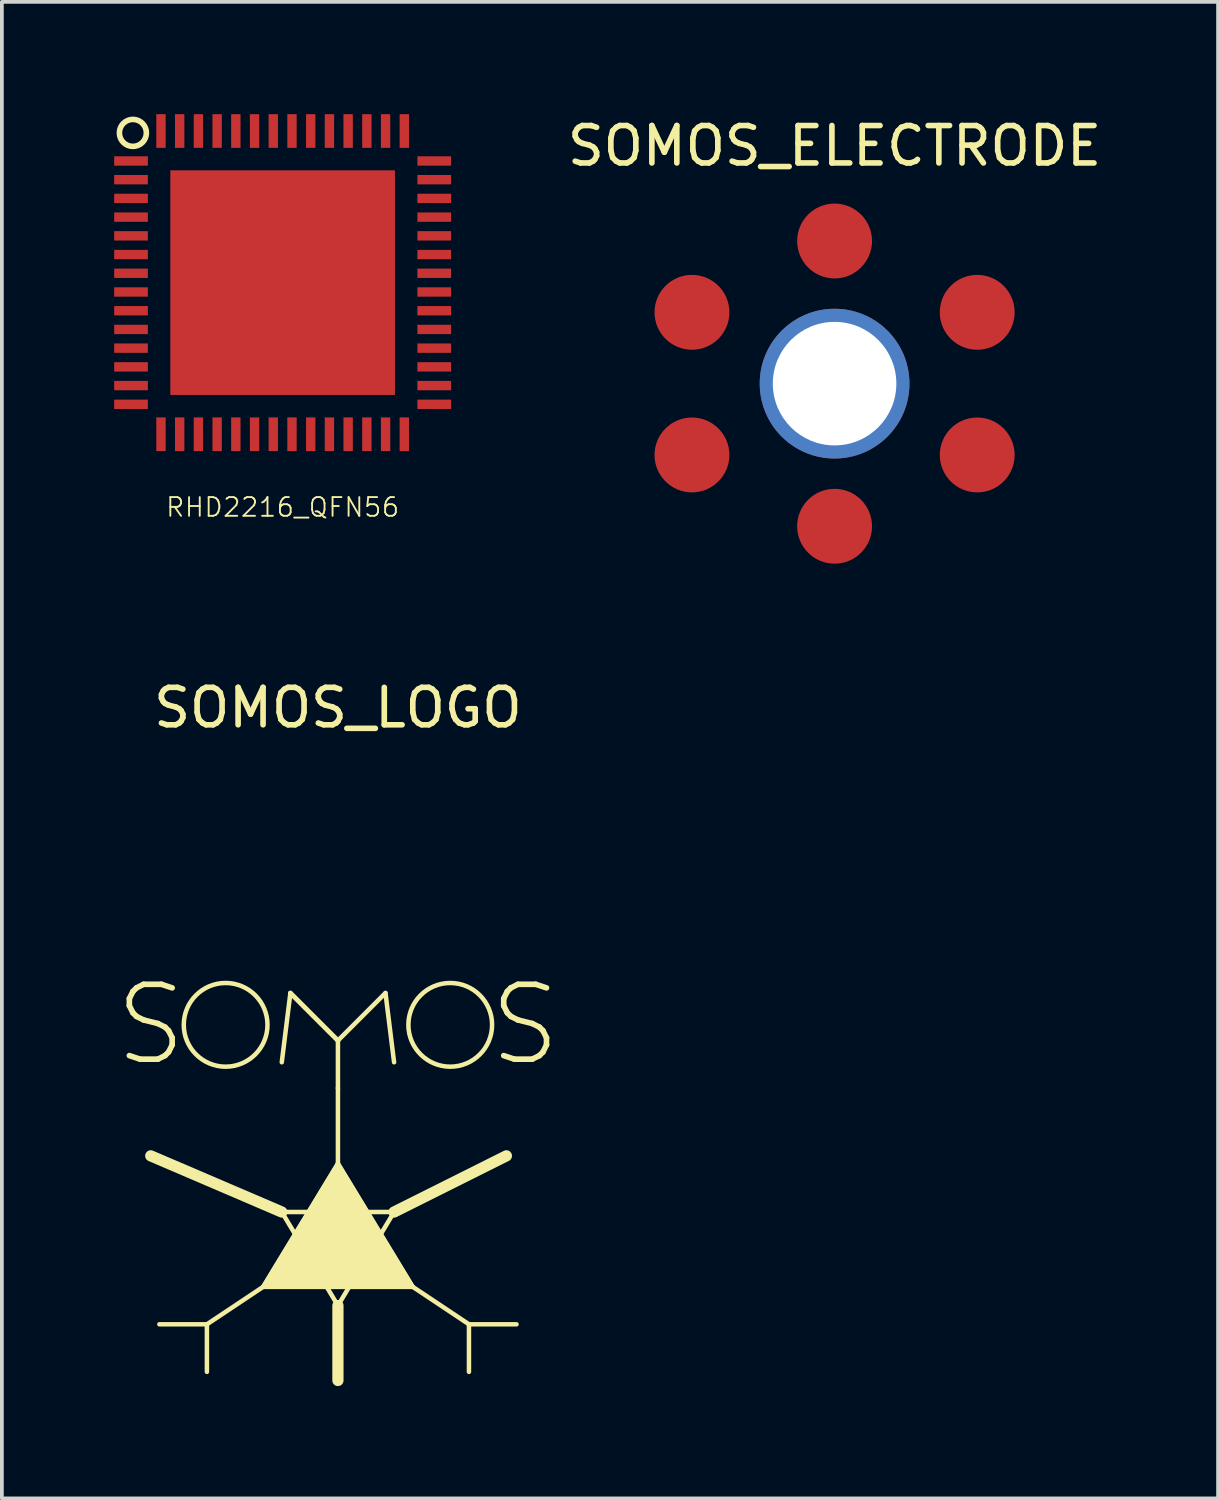
<source format=kicad_pcb>
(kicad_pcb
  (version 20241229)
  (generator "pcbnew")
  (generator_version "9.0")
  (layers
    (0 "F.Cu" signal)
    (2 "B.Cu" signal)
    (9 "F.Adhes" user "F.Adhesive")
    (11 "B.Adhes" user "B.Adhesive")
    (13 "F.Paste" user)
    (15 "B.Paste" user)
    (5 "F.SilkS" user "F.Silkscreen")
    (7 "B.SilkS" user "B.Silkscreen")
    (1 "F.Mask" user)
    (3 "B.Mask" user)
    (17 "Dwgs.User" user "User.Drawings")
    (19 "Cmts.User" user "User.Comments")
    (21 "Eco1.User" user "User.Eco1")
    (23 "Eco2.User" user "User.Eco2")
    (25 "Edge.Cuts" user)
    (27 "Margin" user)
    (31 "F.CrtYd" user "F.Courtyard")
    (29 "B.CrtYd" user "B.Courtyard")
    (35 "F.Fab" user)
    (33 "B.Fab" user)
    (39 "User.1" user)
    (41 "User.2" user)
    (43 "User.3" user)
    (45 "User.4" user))
  (footprint "SOMOS_LOGO"
    (layer "F.Cu")
    (at 5.977 29.826)
    (property "Reference" "SOMOS_LOGO" (at 0 -13.97 0) (layer "F.SilkS") (effects (font (size 1 1) (thickness 0.15))))
    (attr through_hole)
    (fp_line (start -4.77 2.5) (end -3.5 2.5) (stroke (width 0.12) (type solid)) (layer "F.SilkS"))
    (fp_line (start -3.5 2.5) (end -3.5 3.77) (stroke (width 0.12) (type solid)) (layer "F.SilkS"))
    (fp_line (start -2 1.5) (end -3.5 2.5) (stroke (width 0.12) (type solid)) (layer "F.SilkS"))
    (fp_line (start -2 1.5) (end 2 1.5) (stroke (width 0.12) (type solid)) (layer "F.SilkS"))
    (fp_line (start -1.5 -0.5) (end -5 -2) (stroke (width 0.3) (type solid)) (layer "F.SilkS"))
    (fp_line (start -1.5 -0.5) (end 1.5 -0.5) (stroke (width 0.12) (type solid)) (layer "F.SilkS"))
    (fp_line (start -1.27 -6.35) (end -1.5 -4.5) (stroke (width 0.12) (type solid)) (layer "F.SilkS"))
    (fp_line (start -1.27 -6.35) (end 0 -5.08) (stroke (width 0.12) (type solid)) (layer "F.SilkS"))
    (fp_line (start 0 -5.08) (end -1.27 -6.35) (stroke (width 0.12) (type solid)) (layer "F.SilkS"))
    (fp_line (start 0 -5.08) (end 1.27 -6.35) (stroke (width 0.12) (type solid)) (layer "F.SilkS"))
    (fp_line (start 0 -3.81) (end 0 -5.08) (stroke (width 0.12) (type solid)) (layer "F.SilkS"))
    (fp_line (start 0 -1.796) (end -2 1.5) (stroke (width 0.12) (type solid)) (layer "F.SilkS"))
    (fp_line (start 0 -1.796) (end 0 -3.81) (stroke (width 0.12) (type solid)) (layer "F.SilkS"))
    (fp_line (start 0 2) (end -1.5 -0.5) (stroke (width 0.12) (type solid)) (layer "F.SilkS"))
    (fp_line (start 0 2) (end 0 4) (stroke (width 0.3) (type solid)) (layer "F.SilkS"))
    (fp_line (start 1.27 -6.35) (end 1.5 -4.5) (stroke (width 0.12) (type solid)) (layer "F.SilkS"))
    (fp_line (start 1.5 -0.5) (end 0 2) (stroke (width 0.12) (type solid)) (layer "F.SilkS"))
    (fp_line (start 1.5 -0.5) (end 4.5 -2) (stroke (width 0.3) (type solid)) (layer "F.SilkS"))
    (fp_line (start 2 1.5) (end 0 -1.796) (stroke (width 0.12) (type solid)) (layer "F.SilkS"))
    (fp_line (start 2 1.5) (end 3.5 2.5) (stroke (width 0.12) (type solid)) (layer "F.SilkS"))
    (fp_line (start 3.5 2.5) (end 3.5 3.77) (stroke (width 0.12) (type solid)) (layer "F.SilkS"))
    (fp_line (start 3.5 2.5) (end 4.77 2.5) (stroke (width 0.12) (type solid)) (layer "F.SilkS"))
    (fp_circle (center -3 -5.5) (end -2 -6) (stroke (width 0.12) (type solid)) (fill no) (layer "F.SilkS"))
    (fp_circle (center 3 -5.5) (end 4 -6) (stroke (width 0.12) (type solid)) (fill no) (layer "F.SilkS"))
    (fp_poly (pts (xy 2 1.5) (xy -2 1.5) (xy 0 -1.796)) (stroke (width 0.1) (type solid)) (fill yes) (layer "F.SilkS"))
    (fp_text user "S" (at -5 -5.5 0) (layer "F.SilkS") (effects (font (size 2 2) (thickness 0.15))))
    (fp_text user "S" (at 5 -5.5 0) (layer "F.SilkS") (effects (font (size 2 2) (thickness 0.15)))))
  (footprint "RHD2216_QFN56"
    (layer "F.Cu")
    (at 4.5 4.5)
    (property "Reference" "RHD2216_QFN56" (at 0 6 0) (layer "F.SilkS") (effects (font (size 0.5 0.5) (thickness 0.05))))
    (attr through_hole)
    (fp_circle (center -4 -4) (end -3.7 -4.2) (stroke (width 0.15) (type solid)) (fill no) (layer "F.SilkS"))
    (pad "1" smd rect (at -4.05 -3.25) (size 0.9 0.25) (layers "F.Cu" "F.Mask" "F.Paste"))
    (pad "2" smd rect (at -4.05 -2.75) (size 0.9 0.25) (layers "F.Cu" "F.Mask" "F.Paste"))
    (pad "3" smd rect (at -4.05 -2.25) (size 0.9 0.25) (layers "F.Cu" "F.Mask" "F.Paste"))
    (pad "4" smd rect (at -4.05 -1.75) (size 0.9 0.25) (layers "F.Cu" "F.Mask" "F.Paste"))
    (pad "5" smd rect (at -4.05 -1.25) (size 0.9 0.25) (layers "F.Cu" "F.Mask" "F.Paste"))
    (pad "6" smd rect (at -4.05 -0.75) (size 0.9 0.25) (layers "F.Cu" "F.Mask" "F.Paste"))
    (pad "7" smd rect (at -4.05 -0.25) (size 0.9 0.25) (layers "F.Cu" "F.Mask" "F.Paste"))
    (pad "8" smd rect (at -4.05 0.25) (size 0.9 0.25) (layers "F.Cu" "F.Mask" "F.Paste"))
    (pad "9" smd rect (at -4.05 0.75) (size 0.9 0.25) (layers "F.Cu" "F.Mask" "F.Paste"))
    (pad "10" smd rect (at -4.05 1.25) (size 0.9 0.25) (layers "F.Cu" "F.Mask" "F.Paste"))
    (pad "11" smd rect (at -4.05 1.75) (size 0.9 0.25) (layers "F.Cu" "F.Mask" "F.Paste"))
    (pad "12" smd rect (at -4.05 2.25) (size 0.9 0.25) (layers "F.Cu" "F.Mask" "F.Paste"))
    (pad "13" smd rect (at -4.05 2.75) (size 0.9 0.25) (layers "F.Cu" "F.Mask" "F.Paste"))
    (pad "14" smd rect (at -4.05 3.25) (size 0.9 0.25) (layers "F.Cu" "F.Mask" "F.Paste"))
    (pad "15" smd rect (at -3.25 4.05) (size 0.25 0.9) (layers "F.Cu" "F.Mask" "F.Paste"))
    (pad "16" smd rect (at -2.75 4.05) (size 0.25 0.9) (layers "F.Cu" "F.Mask" "F.Paste"))
    (pad "17" smd rect (at -2.25 4.05) (size 0.25 0.9) (layers "F.Cu" "F.Mask" "F.Paste"))
    (pad "18" smd rect (at -1.75 4.05) (size 0.25 0.9) (layers "F.Cu" "F.Mask" "F.Paste"))
    (pad "19" smd rect (at -1.25 4.05) (size 0.25 0.9) (layers "F.Cu" "F.Mask" "F.Paste"))
    (pad "20" smd rect (at -0.75 4.05) (size 0.25 0.9) (layers "F.Cu" "F.Mask" "F.Paste"))
    (pad "21" smd rect (at -0.25 4.05) (size 0.25 0.9) (layers "F.Cu" "F.Mask" "F.Paste"))
    (pad "22" smd rect (at 0.25 4.05) (size 0.25 0.9) (layers "F.Cu" "F.Mask" "F.Paste"))
    (pad "23" smd rect (at 0.75 4.05) (size 0.25 0.9) (layers "F.Cu" "F.Mask" "F.Paste"))
    (pad "24" smd rect (at 1.25 4.05) (size 0.25 0.9) (layers "F.Cu" "F.Mask" "F.Paste"))
    (pad "25" smd rect (at 1.75 4.05) (size 0.25 0.9) (layers "F.Cu" "F.Mask" "F.Paste"))
    (pad "26" smd rect (at 2.25 4.05) (size 0.25 0.9) (layers "F.Cu" "F.Mask" "F.Paste"))
    (pad "27" smd rect (at 2.75 4.05) (size 0.25 0.9) (layers "F.Cu" "F.Mask" "F.Paste"))
    (pad "28" smd rect (at 3.25 4.05) (size 0.25 0.9) (layers "F.Cu" "F.Mask" "F.Paste"))
    (pad "29" smd rect (at 4.05 3.25) (size 0.9 0.25) (layers "F.Cu" "F.Mask" "F.Paste"))
    (pad "30" smd rect (at 4.05 2.75) (size 0.9 0.25) (layers "F.Cu" "F.Mask" "F.Paste"))
    (pad "31" smd rect (at 4.05 2.25) (size 0.9 0.25) (layers "F.Cu" "F.Mask" "F.Paste"))
    (pad "32" smd rect (at 4.05 1.75) (size 0.9 0.25) (layers "F.Cu" "F.Mask" "F.Paste"))
    (pad "33" smd rect (at 4.05 1.25) (size 0.9 0.25) (layers "F.Cu" "F.Mask" "F.Paste"))
    (pad "34" smd rect (at 4.05 0.75) (size 0.9 0.25) (layers "F.Cu" "F.Mask" "F.Paste"))
    (pad "35" smd rect (at 4.05 0.25) (size 0.9 0.25) (layers "F.Cu" "F.Mask" "F.Paste"))
    (pad "36" smd rect (at 4.05 -0.25) (size 0.9 0.25) (layers "F.Cu" "F.Mask" "F.Paste"))
    (pad "37" smd rect (at 4.05 -0.75) (size 0.9 0.25) (layers "F.Cu" "F.Mask" "F.Paste"))
    (pad "38" smd rect (at 4.05 -1.25) (size 0.9 0.25) (layers "F.Cu" "F.Mask" "F.Paste"))
    (pad "39" smd rect (at 4.05 -1.75) (size 0.9 0.25) (layers "F.Cu" "F.Mask" "F.Paste"))
    (pad "40" smd rect (at 4.05 -2.25) (size 0.9 0.25) (layers "F.Cu" "F.Mask" "F.Paste"))
    (pad "41" smd rect (at 4.05 -2.75) (size 0.9 0.25) (layers "F.Cu" "F.Mask" "F.Paste"))
    (pad "42" smd rect (at 4.05 -3.25) (size 0.9 0.25) (layers "F.Cu" "F.Mask" "F.Paste"))
    (pad "43" smd rect (at 3.25 -4.05) (size 0.25 0.9) (layers "F.Cu" "F.Mask" "F.Paste"))
    (pad "44" smd rect (at 2.75 -4.05) (size 0.25 0.9) (layers "F.Cu" "F.Mask" "F.Paste"))
    (pad "45" smd rect (at 2.25 -4.05) (size 0.25 0.9) (layers "F.Cu" "F.Mask" "F.Paste"))
    (pad "46" smd rect (at 1.75 -4.05) (size 0.25 0.9) (layers "F.Cu" "F.Mask" "F.Paste"))
    (pad "47" smd rect (at 1.25 -4.05) (size 0.25 0.9) (layers "F.Cu" "F.Mask" "F.Paste"))
    (pad "48" smd rect (at 0.75 -4.05) (size 0.25 0.9) (layers "F.Cu" "F.Mask" "F.Paste"))
    (pad "49" smd rect (at 0.25 -4.05) (size 0.25 0.9) (layers "F.Cu" "F.Mask" "F.Paste"))
    (pad "50" smd rect (at -0.25 -4.05) (size 0.25 0.9) (layers "F.Cu" "F.Mask" "F.Paste"))
    (pad "51" smd rect (at -0.75 -4.05) (size 0.25 0.9) (layers "F.Cu" "F.Mask" "F.Paste"))
    (pad "52" smd rect (at -1.25 -4.05) (size 0.25 0.9) (layers "F.Cu" "F.Mask" "F.Paste"))
    (pad "53" smd rect (at -1.75 -4.05) (size 0.25 0.9) (layers "F.Cu" "F.Mask" "F.Paste"))
    (pad "54" smd rect (at -2.25 -4.05) (size 0.25 0.9) (layers "F.Cu" "F.Mask" "F.Paste"))
    (pad "55" smd rect (at -2.75 -4.05) (size 0.25 0.9) (layers "F.Cu" "F.Mask" "F.Paste"))
    (pad "56" smd rect (at -3.25 -4.05) (size 0.25 0.9) (layers "F.Cu" "F.Mask" "F.Paste"))
    (pad "57" smd rect (at 0 0) (size 6 6) (layers "F.Cu" "F.Mask" "F.Paste")))
  (footprint "SOMOS_ELECTRODE"
    (layer "F.Cu")
    (at 19.244 7.198)
    (property "Reference" "SOMOS_ELECTRODE" (at 0 -6.35 0) (layer "F.SilkS") (effects (font (size 1 1) (thickness 0.15))))
    (attr through_hole)
    (pad "1" smd circle (at -3.81 -1.905) (size 2 2) (layers "F.Cu" "F.Mask" "F.Paste"))
    (pad "1" smd circle (at -3.81 1.905) (size 2 2) (layers "F.Cu" "F.Mask" "F.Paste"))
    (pad "1" smd circle (at 0 -3.81) (size 2 2) (layers "F.Cu" "F.Mask" "F.Paste"))
    (pad "1" thru_hole circle (at 0 0) (size 4 4) (drill 3.3) (layers "*.Cu" "*.Mask"))
    (pad "1" smd circle (at 0 3.81) (size 2 2) (layers "F.Cu" "F.Mask" "F.Paste"))
    (pad "1" smd circle (at 3.81 -1.905) (size 2 2) (layers "F.Cu" "F.Mask" "F.Paste"))
    (pad "1" smd circle (at 3.81 1.905) (size 2 2) (layers "F.Cu" "F.Mask" "F.Paste")))
  (gr_rect
    (start -3 -3)
    (end 29.488 36.977)
    (stroke (width 0.1) (type default))
    (fill no)
    (layer "Edge.Cuts")))
</source>
